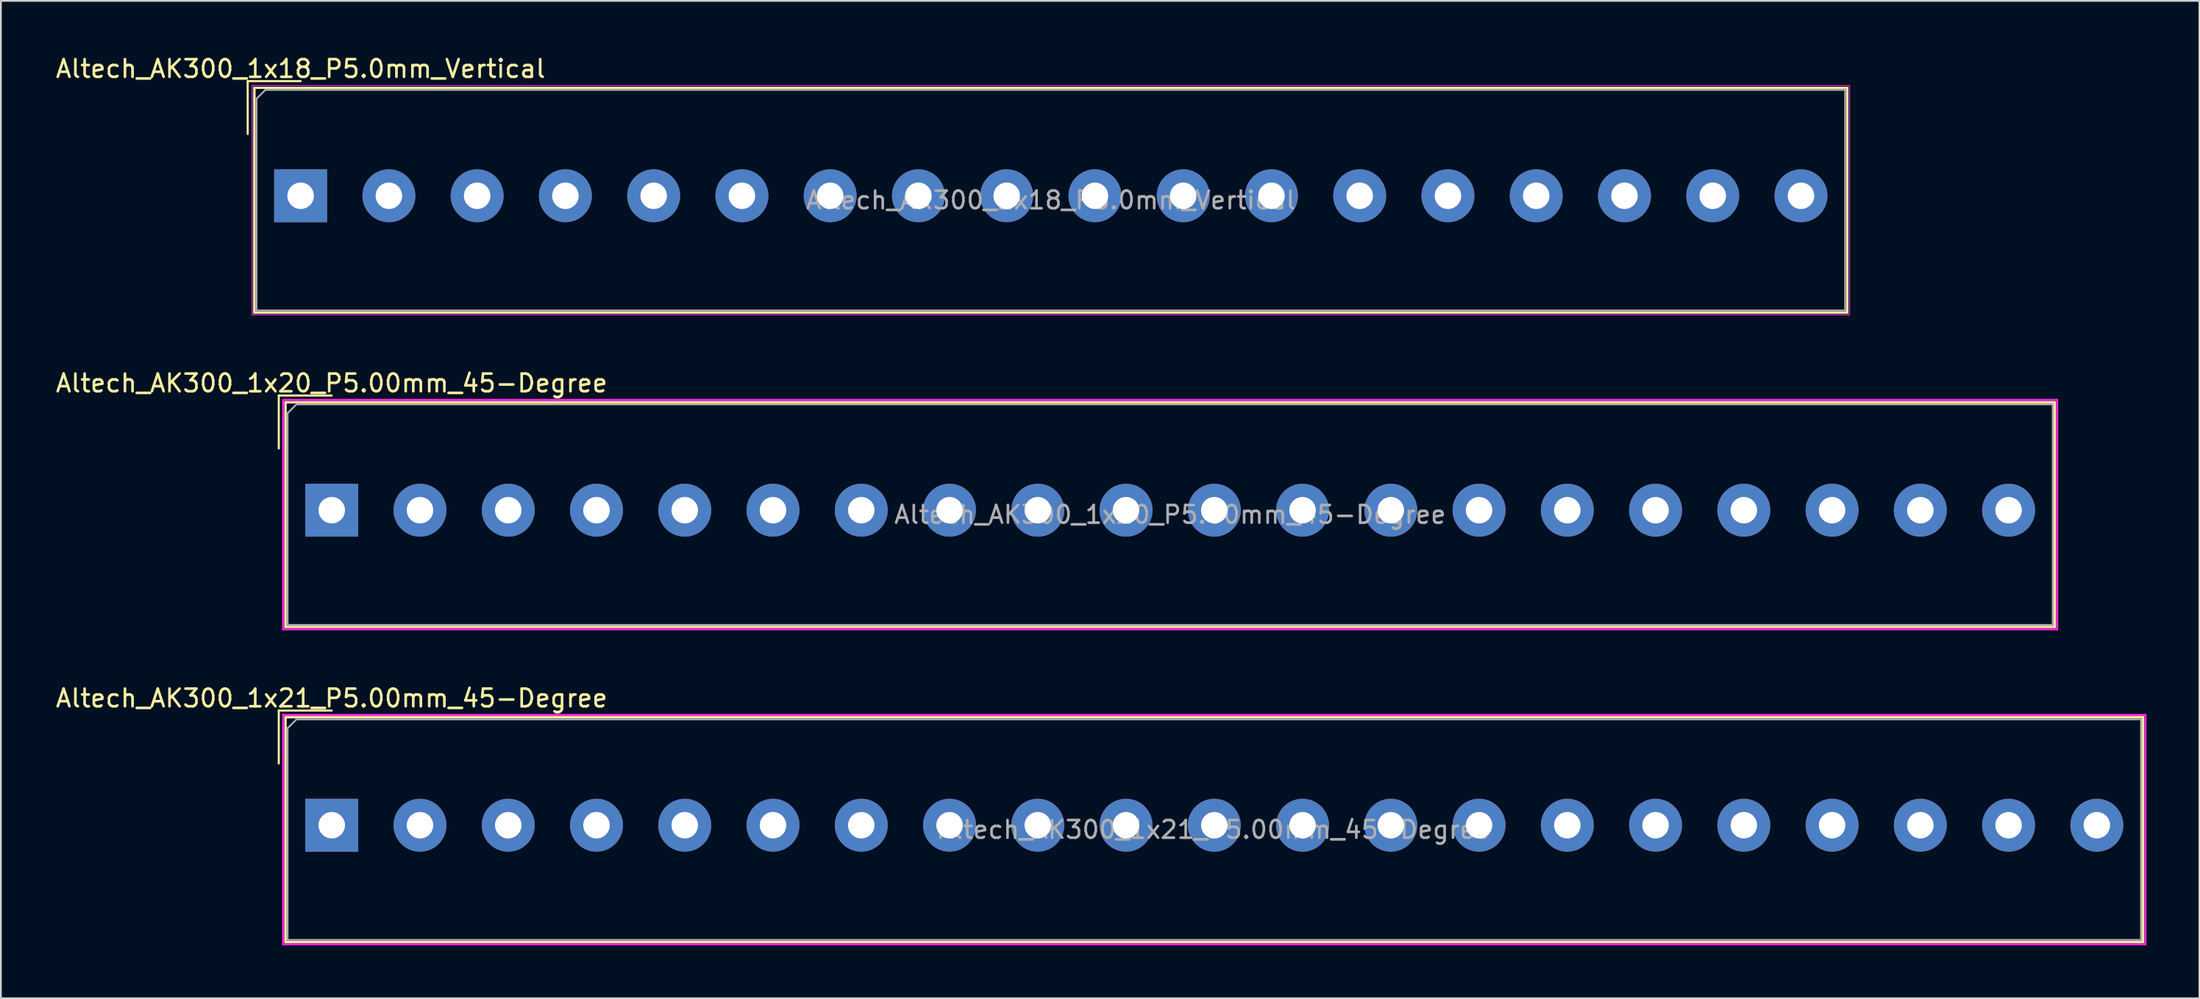
<source format=kicad_pcb>
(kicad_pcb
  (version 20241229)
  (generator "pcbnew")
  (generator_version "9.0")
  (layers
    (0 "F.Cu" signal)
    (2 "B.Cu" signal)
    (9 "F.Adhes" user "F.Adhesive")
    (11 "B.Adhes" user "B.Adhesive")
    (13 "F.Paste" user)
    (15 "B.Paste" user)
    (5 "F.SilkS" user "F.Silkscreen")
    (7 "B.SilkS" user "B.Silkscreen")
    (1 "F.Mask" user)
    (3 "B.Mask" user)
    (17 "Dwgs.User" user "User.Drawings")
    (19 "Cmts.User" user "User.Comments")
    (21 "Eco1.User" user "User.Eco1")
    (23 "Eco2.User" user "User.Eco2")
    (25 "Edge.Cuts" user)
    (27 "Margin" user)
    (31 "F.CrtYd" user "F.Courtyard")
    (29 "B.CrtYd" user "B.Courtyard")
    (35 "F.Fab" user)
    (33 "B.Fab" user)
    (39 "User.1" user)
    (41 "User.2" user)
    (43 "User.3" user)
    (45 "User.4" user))
  (footprint "Altech_AK300_1x21_P5.00mm_45-Degree"
    (layer "F.Cu")
    (at 15.744 43.73)
    (property "Reference" "Altech_AK300_1x21_P5.00mm_45-Degree" (at 0 -7.2 0) (layer "F.SilkS") (effects (font (size 1 1) (thickness 0.15))))
    (attr through_hole)
    (fp_line (start -3 -6.5) (end 0 -6.5) (stroke (width 0.12) (type solid)) (layer "F.SilkS"))
    (fp_line (start -3 -3.5) (end -3 -6.5) (stroke (width 0.12) (type solid)) (layer "F.SilkS"))
    (fp_line (start -2.62 -6.12) (end -2.62 6.62) (stroke (width 0.12) (type solid)) (layer "F.SilkS"))
    (fp_line (start -2.62 -6.12) (end -2.62 6.62) (stroke (width 0.12) (type solid)) (layer "F.SilkS"))
    (fp_line (start -2.62 -6.12) (end 102.62 -6.12) (stroke (width 0.12) (type solid)) (layer "F.SilkS"))
    (fp_line (start -2.62 -6.12) (end 102.62 -6.12) (stroke (width 0.12) (type solid)) (layer "F.SilkS"))
    (fp_line (start -2.62 6.62) (end 102.62 6.62) (stroke (width 0.12) (type solid)) (layer "F.SilkS"))
    (fp_line (start -2.62 6.62) (end 102.62 6.62) (stroke (width 0.12) (type solid)) (layer "F.SilkS"))
    (fp_line (start 102.62 -6.12) (end 102.62 6.62) (stroke (width 0.12) (type solid)) (layer "F.SilkS"))
    (fp_line (start 102.62 -6.12) (end 102.62 6.62) (stroke (width 0.12) (type solid)) (layer "F.SilkS"))
    (fp_line (start -2.75 -6.25) (end -2.75 6.75) (stroke (width 0.12) (type solid)) (layer "F.CrtYd"))
    (fp_line (start -2.75 -6.25) (end 102.75 -6.25) (stroke (width 0.12) (type solid)) (layer "F.CrtYd"))
    (fp_line (start -2.75 6.75) (end 102.75 6.75) (stroke (width 0.12) (type solid)) (layer "F.CrtYd"))
    (fp_line (start 102.75 -6.25) (end 102.75 6.75) (stroke (width 0.12) (type solid)) (layer "F.CrtYd"))
    (fp_line (start -2.5 -5.5) (end -2 -6) (stroke (width 0.1) (type solid)) (layer "F.Fab"))
    (fp_line (start -2.5 6.5) (end -2.5 -5.5) (stroke (width 0.1) (type solid)) (layer "F.Fab"))
    (fp_line (start -2 -6) (end 102.5 -6) (stroke (width 0.1) (type solid)) (layer "F.Fab"))
    (fp_line (start 102.5 -6) (end 102.5 6.5) (stroke (width 0.1) (type solid)) (layer "F.Fab"))
    (fp_line (start 102.5 6.5) (end -2.5 6.5) (stroke (width 0.1) (type solid)) (layer "F.Fab"))
    (fp_text user "${REFERENCE}" (at 50 0.25 0) (layer "F.Fab") (effects (font (size 1 1) (thickness 0.15))))
    (pad "1" thru_hole rect (at 0 0) (size 3 3) (drill 1.5) (layers "*.Cu" "*.Mask"))
    (pad "2" thru_hole circle (at 5 0) (size 3 3) (drill 1.5) (layers "*.Cu" "*.Mask"))
    (pad "3" thru_hole circle (at 10 0) (size 3 3) (drill 1.5) (layers "*.Cu" "*.Mask"))
    (pad "4" thru_hole circle (at 15 0) (size 3 3) (drill 1.5) (layers "*.Cu" "*.Mask"))
    (pad "5" thru_hole circle (at 20 0) (size 3 3) (drill 1.5) (layers "*.Cu" "*.Mask"))
    (pad "6" thru_hole circle (at 25 0) (size 3 3) (drill 1.5) (layers "*.Cu" "*.Mask"))
    (pad "7" thru_hole circle (at 30 0) (size 3 3) (drill 1.5) (layers "*.Cu" "*.Mask"))
    (pad "8" thru_hole circle (at 35 0) (size 3 3) (drill 1.5) (layers "*.Cu" "*.Mask"))
    (pad "9" thru_hole circle (at 40 0) (size 3 3) (drill 1.5) (layers "*.Cu" "*.Mask"))
    (pad "10" thru_hole circle (at 45 0) (size 3 3) (drill 1.5) (layers "*.Cu" "*.Mask"))
    (pad "11" thru_hole circle (at 50 0) (size 3 3) (drill 1.5) (layers "*.Cu" "*.Mask"))
    (pad "12" thru_hole circle (at 55 0) (size 3 3) (drill 1.5) (layers "*.Cu" "*.Mask"))
    (pad "13" thru_hole circle (at 60 0) (size 3 3) (drill 1.5) (layers "*.Cu" "*.Mask"))
    (pad "14" thru_hole circle (at 65 0) (size 3 3) (drill 1.5) (layers "*.Cu" "*.Mask"))
    (pad "15" thru_hole circle (at 70 0) (size 3 3) (drill 1.5) (layers "*.Cu" "*.Mask"))
    (pad "16" thru_hole circle (at 75 0) (size 3 3) (drill 1.5) (layers "*.Cu" "*.Mask"))
    (pad "17" thru_hole circle (at 80 0) (size 3 3) (drill 1.5) (layers "*.Cu" "*.Mask"))
    (pad "18" thru_hole circle (at 85 0) (size 3 3) (drill 1.5) (layers "*.Cu" "*.Mask"))
    (pad "19" thru_hole circle (at 90 0) (size 3 3) (drill 1.5) (layers "*.Cu" "*.Mask"))
    (pad "20" thru_hole circle (at 95 0) (size 3 3) (drill 1.5) (layers "*.Cu" "*.Mask"))
    (pad "21" thru_hole circle (at 100 0) (size 3 3) (drill 1.5) (layers "*.Cu" "*.Mask")))
  (footprint "Altech_AK300_1x20_P5.00mm_45-Degree"
    (layer "F.Cu")
    (at 15.744 25.872)
    (property "Reference" "Altech_AK300_1x20_P5.00mm_45-Degree" (at 0 -7.2 0) (layer "F.SilkS") (effects (font (size 1 1) (thickness 0.15))))
    (attr through_hole)
    (fp_line (start -3 -6.5) (end 0 -6.5) (stroke (width 0.12) (type solid)) (layer "F.SilkS"))
    (fp_line (start -3 -3.5) (end -3 -6.5) (stroke (width 0.12) (type solid)) (layer "F.SilkS"))
    (fp_line (start -2.62 -6.12) (end -2.62 6.62) (stroke (width 0.12) (type solid)) (layer "F.SilkS"))
    (fp_line (start -2.62 -6.12) (end -2.62 6.62) (stroke (width 0.12) (type solid)) (layer "F.SilkS"))
    (fp_line (start -2.62 -6.12) (end 97.62 -6.12) (stroke (width 0.12) (type solid)) (layer "F.SilkS"))
    (fp_line (start -2.62 -6.12) (end 97.62 -6.12) (stroke (width 0.12) (type solid)) (layer "F.SilkS"))
    (fp_line (start -2.62 6.62) (end 97.62 6.62) (stroke (width 0.12) (type solid)) (layer "F.SilkS"))
    (fp_line (start -2.62 6.62) (end 97.62 6.62) (stroke (width 0.12) (type solid)) (layer "F.SilkS"))
    (fp_line (start 97.62 -6.12) (end 97.62 6.62) (stroke (width 0.12) (type solid)) (layer "F.SilkS"))
    (fp_line (start 97.62 -6.12) (end 97.62 6.62) (stroke (width 0.12) (type solid)) (layer "F.SilkS"))
    (fp_line (start -2.75 -6.25) (end -2.75 6.75) (stroke (width 0.12) (type solid)) (layer "F.CrtYd"))
    (fp_line (start -2.75 -6.25) (end 97.75 -6.25) (stroke (width 0.12) (type solid)) (layer "F.CrtYd"))
    (fp_line (start -2.75 6.75) (end 97.75 6.75) (stroke (width 0.12) (type solid)) (layer "F.CrtYd"))
    (fp_line (start 97.75 -6.25) (end 97.75 6.75) (stroke (width 0.12) (type solid)) (layer "F.CrtYd"))
    (fp_line (start -2.5 -5.5) (end -2 -6) (stroke (width 0.1) (type solid)) (layer "F.Fab"))
    (fp_line (start -2.5 6.5) (end -2.5 -5.5) (stroke (width 0.1) (type solid)) (layer "F.Fab"))
    (fp_line (start -2 -6) (end 97.5 -6) (stroke (width 0.1) (type solid)) (layer "F.Fab"))
    (fp_line (start 97.5 -6) (end 97.5 6.5) (stroke (width 0.1) (type solid)) (layer "F.Fab"))
    (fp_line (start 97.5 6.5) (end -2.5 6.5) (stroke (width 0.1) (type solid)) (layer "F.Fab"))
    (fp_text user "${REFERENCE}" (at 47.5 0.25 0) (layer "F.Fab") (effects (font (size 1 1) (thickness 0.15))))
    (pad "1" thru_hole rect (at 0 0) (size 3 3) (drill 1.5) (layers "*.Cu" "*.Mask"))
    (pad "2" thru_hole circle (at 5 0) (size 3 3) (drill 1.5) (layers "*.Cu" "*.Mask"))
    (pad "3" thru_hole circle (at 10 0) (size 3 3) (drill 1.5) (layers "*.Cu" "*.Mask"))
    (pad "4" thru_hole circle (at 15 0) (size 3 3) (drill 1.5) (layers "*.Cu" "*.Mask"))
    (pad "5" thru_hole circle (at 20 0) (size 3 3) (drill 1.5) (layers "*.Cu" "*.Mask"))
    (pad "6" thru_hole circle (at 25 0) (size 3 3) (drill 1.5) (layers "*.Cu" "*.Mask"))
    (pad "7" thru_hole circle (at 30 0) (size 3 3) (drill 1.5) (layers "*.Cu" "*.Mask"))
    (pad "8" thru_hole circle (at 35 0) (size 3 3) (drill 1.5) (layers "*.Cu" "*.Mask"))
    (pad "9" thru_hole circle (at 40 0) (size 3 3) (drill 1.5) (layers "*.Cu" "*.Mask"))
    (pad "10" thru_hole circle (at 45 0) (size 3 3) (drill 1.5) (layers "*.Cu" "*.Mask"))
    (pad "11" thru_hole circle (at 50 0) (size 3 3) (drill 1.5) (layers "*.Cu" "*.Mask"))
    (pad "12" thru_hole circle (at 55 0) (size 3 3) (drill 1.5) (layers "*.Cu" "*.Mask"))
    (pad "13" thru_hole circle (at 60 0) (size 3 3) (drill 1.5) (layers "*.Cu" "*.Mask"))
    (pad "14" thru_hole circle (at 65 0) (size 3 3) (drill 1.5) (layers "*.Cu" "*.Mask"))
    (pad "15" thru_hole circle (at 70 0) (size 3 3) (drill 1.5) (layers "*.Cu" "*.Mask"))
    (pad "16" thru_hole circle (at 75 0) (size 3 3) (drill 1.5) (layers "*.Cu" "*.Mask"))
    (pad "17" thru_hole circle (at 80 0) (size 3 3) (drill 1.5) (layers "*.Cu" "*.Mask"))
    (pad "18" thru_hole circle (at 85 0) (size 3 3) (drill 1.5) (layers "*.Cu" "*.Mask"))
    (pad "19" thru_hole circle (at 90 0) (size 3 3) (drill 1.5) (layers "*.Cu" "*.Mask"))
    (pad "20" thru_hole circle (at 95 0) (size 3 3) (drill 1.5) (layers "*.Cu" "*.Mask")))
  (footprint "Altech_AK300_1x18_P5.0mm_Vertical"
    (layer "F.Cu")
    (at 13.982 8.048)
    (property "Reference" "Altech_AK300_1x18_P5.0mm_Vertical" (at 0 -7.2 0) (layer "F.SilkS") (effects (font (size 1 1) (thickness 0.15))))
    (attr through_hole)
    (fp_line (start -3 -6.5) (end 0 -6.5) (stroke (width 0.12) (type solid)) (layer "F.SilkS"))
    (fp_line (start -3 -3.5) (end -3 -6.5) (stroke (width 0.12) (type solid)) (layer "F.SilkS"))
    (fp_line (start -2.62 -6.12) (end -2.62 6.62) (stroke (width 0.12) (type solid)) (layer "F.SilkS"))
    (fp_line (start -2.62 -6.12) (end -2.62 6.62) (stroke (width 0.12) (type solid)) (layer "F.SilkS"))
    (fp_line (start -2.62 -6.12) (end 87.62 -6.12) (stroke (width 0.12) (type solid)) (layer "F.SilkS"))
    (fp_line (start -2.62 -6.12) (end 87.62 -6.12) (stroke (width 0.12) (type solid)) (layer "F.SilkS"))
    (fp_line (start -2.62 6.62) (end 87.62 6.62) (stroke (width 0.12) (type solid)) (layer "F.SilkS"))
    (fp_line (start -2.62 6.62) (end 87.62 6.62) (stroke (width 0.12) (type solid)) (layer "F.SilkS"))
    (fp_line (start 87.62 -6.12) (end 87.62 6.62) (stroke (width 0.12) (type solid)) (layer "F.SilkS"))
    (fp_line (start 87.62 -6.12) (end 87.62 6.62) (stroke (width 0.12) (type solid)) (layer "F.SilkS"))
    (fp_line (start -2.75 -6.25) (end -2.75 6.75) (stroke (width 0.05) (type solid)) (layer "F.CrtYd"))
    (fp_line (start -2.75 -6.25) (end 87.75 -6.25) (stroke (width 0.05) (type solid)) (layer "F.CrtYd"))
    (fp_line (start -2.75 6.75) (end 87.75 6.75) (stroke (width 0.05) (type solid)) (layer "F.CrtYd"))
    (fp_line (start 87.75 -6.25) (end 87.75 6.75) (stroke (width 0.05) (type solid)) (layer "F.CrtYd"))
    (fp_line (start -2.5 -5.5) (end -2 -6) (stroke (width 0.1) (type solid)) (layer "F.Fab"))
    (fp_line (start -2.5 6.5) (end -2.5 -5.5) (stroke (width 0.1) (type solid)) (layer "F.Fab"))
    (fp_line (start -2 -6) (end 87.5 -6) (stroke (width 0.1) (type solid)) (layer "F.Fab"))
    (fp_line (start 87.5 -6) (end 87.5 6.5) (stroke (width 0.1) (type solid)) (layer "F.Fab"))
    (fp_line (start 87.5 6.5) (end -2.5 6.5) (stroke (width 0.1) (type solid)) (layer "F.Fab"))
    (fp_text user "${REFERENCE}" (at 42.5 0.25 0) (layer "F.Fab") (effects (font (size 1 1) (thickness 0.15))))
    (pad "1" thru_hole rect (at 0 0) (size 3 3) (drill 1.5) (layers "*.Cu" "*.Mask"))
    (pad "2" thru_hole circle (at 5 0) (size 3 3) (drill 1.5) (layers "*.Cu" "*.Mask"))
    (pad "3" thru_hole circle (at 10 0) (size 3 3) (drill 1.5) (layers "*.Cu" "*.Mask"))
    (pad "4" thru_hole circle (at 15 0) (size 3 3) (drill 1.5) (layers "*.Cu" "*.Mask"))
    (pad "5" thru_hole circle (at 20 0) (size 3 3) (drill 1.5) (layers "*.Cu" "*.Mask"))
    (pad "6" thru_hole circle (at 25 0) (size 3 3) (drill 1.5) (layers "*.Cu" "*.Mask"))
    (pad "7" thru_hole circle (at 30 0) (size 3 3) (drill 1.5) (layers "*.Cu" "*.Mask"))
    (pad "8" thru_hole circle (at 35 0) (size 3 3) (drill 1.5) (layers "*.Cu" "*.Mask"))
    (pad "9" thru_hole circle (at 40 0) (size 3 3) (drill 1.5) (layers "*.Cu" "*.Mask"))
    (pad "10" thru_hole circle (at 45 0) (size 3 3) (drill 1.5) (layers "*.Cu" "*.Mask"))
    (pad "11" thru_hole circle (at 50 0) (size 3 3) (drill 1.5) (layers "*.Cu" "*.Mask"))
    (pad "12" thru_hole circle (at 55 0) (size 3 3) (drill 1.5) (layers "*.Cu" "*.Mask"))
    (pad "13" thru_hole circle (at 60 0) (size 3 3) (drill 1.5) (layers "*.Cu" "*.Mask"))
    (pad "14" thru_hole circle (at 65 0) (size 3 3) (drill 1.5) (layers "*.Cu" "*.Mask"))
    (pad "15" thru_hole circle (at 70 0) (size 3 3) (drill 1.5) (layers "*.Cu" "*.Mask"))
    (pad "16" thru_hole circle (at 75 0) (size 3 3) (drill 1.5) (layers "*.Cu" "*.Mask"))
    (pad "17" thru_hole circle (at 80 0) (size 3 3) (drill 1.5) (layers "*.Cu" "*.Mask"))
    (pad "18" thru_hole circle (at 85 0) (size 3 3) (drill 1.5) (layers "*.Cu" "*.Mask")))
  (gr_rect
    (start -3 -3)
    (end 121.554 53.54)
    (stroke (width 0.1) (type default))
    (fill no)
    (layer "Edge.Cuts")))
</source>
